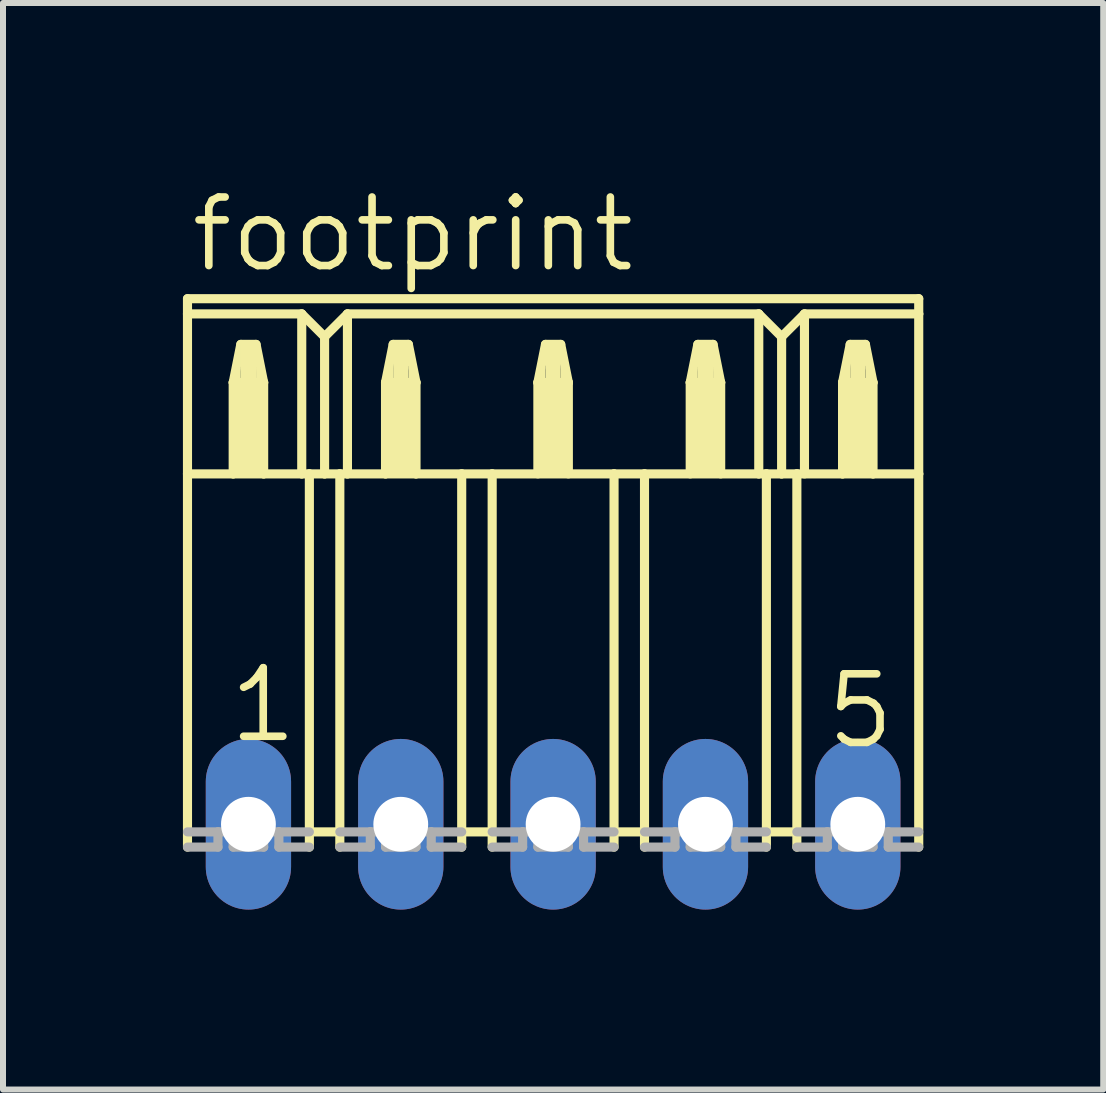
<source format=kicad_pcb>
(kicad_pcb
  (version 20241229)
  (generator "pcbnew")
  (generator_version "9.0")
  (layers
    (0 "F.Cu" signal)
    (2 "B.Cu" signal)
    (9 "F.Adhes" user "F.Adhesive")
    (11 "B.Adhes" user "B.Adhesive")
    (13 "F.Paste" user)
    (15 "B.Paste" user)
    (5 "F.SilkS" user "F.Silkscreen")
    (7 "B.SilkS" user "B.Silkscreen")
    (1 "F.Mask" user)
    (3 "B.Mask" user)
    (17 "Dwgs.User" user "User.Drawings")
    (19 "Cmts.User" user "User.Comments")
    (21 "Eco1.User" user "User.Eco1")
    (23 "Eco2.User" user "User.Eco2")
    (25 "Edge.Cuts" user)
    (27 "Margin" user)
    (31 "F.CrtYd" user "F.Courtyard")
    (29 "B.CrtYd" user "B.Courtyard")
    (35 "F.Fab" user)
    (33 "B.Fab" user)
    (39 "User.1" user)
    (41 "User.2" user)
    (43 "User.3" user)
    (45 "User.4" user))
  (footprint "footprint"
    (layer "F.Cu")
    (at 6.172 10.693)
    (property "Reference" "footprint" (at -6.096 -9.169 0) (layer "F.SilkS") (effects (font (size 1.143 1.143) (thickness 0.127)) (justify left bottom)))
    (fp_line (start -6.096 -8.763) (end -6.096 -8.509) (stroke (width 0.152) (type solid)) (layer "F.SilkS"))
    (fp_line (start -6.096 -8.763) (end 6.096 -8.763) (stroke (width 0.152) (type solid)) (layer "F.SilkS"))
    (fp_line (start -6.096 -8.509) (end -6.096 -5.842) (stroke (width 0.152) (type solid)) (layer "F.SilkS"))
    (fp_line (start -6.096 -8.509) (end -4.191 -8.509) (stroke (width 0.152) (type solid)) (layer "F.SilkS"))
    (fp_line (start -6.096 -5.842) (end -6.096 0.381) (stroke (width 0.152) (type solid)) (layer "F.SilkS"))
    (fp_line (start -6.096 -5.842) (end -5.334 -5.842) (stroke (width 0.152) (type solid)) (layer "F.SilkS"))
    (fp_line (start -5.334 -7.366) (end -5.334 -5.842) (stroke (width 0.152) (type solid)) (layer "F.SilkS"))
    (fp_line (start -5.334 -7.366) (end -5.207 -8.001) (stroke (width 0.152) (type solid)) (layer "F.SilkS"))
    (fp_line (start -5.334 -5.842) (end -4.826 -5.842) (stroke (width 0.152) (type solid)) (layer "F.SilkS"))
    (fp_line (start -5.207 -8.001) (end -4.953 -8.001) (stroke (width 0.152) (type solid)) (layer "F.SilkS"))
    (fp_line (start -4.953 -8.001) (end -4.826 -7.366) (stroke (width 0.152) (type solid)) (layer "F.SilkS"))
    (fp_line (start -4.826 -7.366) (end -5.334 -7.366) (stroke (width 0.152) (type solid)) (layer "F.SilkS"))
    (fp_line (start -4.826 -7.366) (end -4.826 -5.842) (stroke (width 0.152) (type solid)) (layer "F.SilkS"))
    (fp_line (start -4.826 -5.842) (end -4.191 -5.842) (stroke (width 0.152) (type solid)) (layer "F.SilkS"))
    (fp_line (start -4.191 -8.509) (end -4.191 -5.842) (stroke (width 0.152) (type solid)) (layer "F.SilkS"))
    (fp_line (start -4.191 -8.509) (end -3.81 -8.128) (stroke (width 0.152) (type solid)) (layer "F.SilkS"))
    (fp_line (start -4.191 -5.842) (end -4.064 -5.842) (stroke (width 0.152) (type solid)) (layer "F.SilkS"))
    (fp_line (start -4.064 -5.842) (end -4.064 0.127) (stroke (width 0.152) (type solid)) (layer "F.SilkS"))
    (fp_line (start -4.064 -5.842) (end -3.81 -5.842) (stroke (width 0.152) (type solid)) (layer "F.SilkS"))
    (fp_line (start -4.064 0.127) (end -4.064 0.381) (stroke (width 0.152) (type solid)) (layer "F.SilkS"))
    (fp_line (start -3.81 -8.128) (end -3.81 -5.842) (stroke (width 0.152) (type solid)) (layer "F.SilkS"))
    (fp_line (start -3.81 -8.128) (end -3.429 -8.509) (stroke (width 0.152) (type solid)) (layer "F.SilkS"))
    (fp_line (start -3.81 -5.842) (end -3.556 -5.842) (stroke (width 0.152) (type solid)) (layer "F.SilkS"))
    (fp_line (start -3.556 -5.842) (end -3.556 0.127) (stroke (width 0.152) (type solid)) (layer "F.SilkS"))
    (fp_line (start -3.556 -5.842) (end -3.429 -5.842) (stroke (width 0.152) (type solid)) (layer "F.SilkS"))
    (fp_line (start -3.556 0.127) (end -4.064 0.127) (stroke (width 0.152) (type solid)) (layer "F.SilkS"))
    (fp_line (start -3.556 0.127) (end -3.556 0.381) (stroke (width 0.152) (type solid)) (layer "F.SilkS"))
    (fp_line (start -3.429 -8.509) (end -3.429 -5.842) (stroke (width 0.152) (type solid)) (layer "F.SilkS"))
    (fp_line (start -3.429 -8.509) (end 3.429 -8.509) (stroke (width 0.152) (type solid)) (layer "F.SilkS"))
    (fp_line (start -3.429 -5.842) (end -2.794 -5.842) (stroke (width 0.152) (type solid)) (layer "F.SilkS"))
    (fp_line (start -2.794 -7.366) (end -2.794 -5.842) (stroke (width 0.152) (type solid)) (layer "F.SilkS"))
    (fp_line (start -2.794 -7.366) (end -2.667 -8.001) (stroke (width 0.152) (type solid)) (layer "F.SilkS"))
    (fp_line (start -2.794 -5.842) (end -2.286 -5.842) (stroke (width 0.152) (type solid)) (layer "F.SilkS"))
    (fp_line (start -2.667 -8.001) (end -2.413 -8.001) (stroke (width 0.152) (type solid)) (layer "F.SilkS"))
    (fp_line (start -2.413 -8.001) (end -2.286 -7.366) (stroke (width 0.152) (type solid)) (layer "F.SilkS"))
    (fp_line (start -2.286 -7.366) (end -2.794 -7.366) (stroke (width 0.152) (type solid)) (layer "F.SilkS"))
    (fp_line (start -2.286 -7.366) (end -2.286 -5.842) (stroke (width 0.152) (type solid)) (layer "F.SilkS"))
    (fp_line (start -2.286 -5.842) (end -1.524 -5.842) (stroke (width 0.152) (type solid)) (layer "F.SilkS"))
    (fp_line (start -1.524 -5.842) (end -1.524 0.127) (stroke (width 0.152) (type solid)) (layer "F.SilkS"))
    (fp_line (start -1.524 -5.842) (end -1.016 -5.842) (stroke (width 0.152) (type solid)) (layer "F.SilkS"))
    (fp_line (start -1.524 0.127) (end -1.524 0.381) (stroke (width 0.152) (type solid)) (layer "F.SilkS"))
    (fp_line (start -1.016 -5.842) (end -1.016 0.127) (stroke (width 0.152) (type solid)) (layer "F.SilkS"))
    (fp_line (start -1.016 -5.842) (end 1.016 -5.842) (stroke (width 0.152) (type solid)) (layer "F.SilkS"))
    (fp_line (start -1.016 0.127) (end -1.524 0.127) (stroke (width 0.152) (type solid)) (layer "F.SilkS"))
    (fp_line (start -1.016 0.127) (end -1.016 0.381) (stroke (width 0.152) (type solid)) (layer "F.SilkS"))
    (fp_line (start -0.254 -7.366) (end -0.254 -5.842) (stroke (width 0.152) (type solid)) (layer "F.SilkS"))
    (fp_line (start -0.254 -7.366) (end -0.127 -8.001) (stroke (width 0.152) (type solid)) (layer "F.SilkS"))
    (fp_line (start -0.127 -8.001) (end 0.127 -8.001) (stroke (width 0.152) (type solid)) (layer "F.SilkS"))
    (fp_line (start 0.127 -8.001) (end 0.254 -7.366) (stroke (width 0.152) (type solid)) (layer "F.SilkS"))
    (fp_line (start 0.254 -7.366) (end -0.254 -7.366) (stroke (width 0.152) (type solid)) (layer "F.SilkS"))
    (fp_line (start 0.254 -7.366) (end 0.254 -5.842) (stroke (width 0.152) (type solid)) (layer "F.SilkS"))
    (fp_line (start 1.016 -5.842) (end 1.016 0.127) (stroke (width 0.152) (type solid)) (layer "F.SilkS"))
    (fp_line (start 1.016 -5.842) (end 1.524 -5.842) (stroke (width 0.152) (type solid)) (layer "F.SilkS"))
    (fp_line (start 1.016 0.127) (end 1.016 0.381) (stroke (width 0.152) (type solid)) (layer "F.SilkS"))
    (fp_line (start 1.524 -5.842) (end 1.524 0.127) (stroke (width 0.152) (type solid)) (layer "F.SilkS"))
    (fp_line (start 1.524 -5.842) (end 3.429 -5.842) (stroke (width 0.152) (type solid)) (layer "F.SilkS"))
    (fp_line (start 1.524 0.127) (end 1.016 0.127) (stroke (width 0.152) (type solid)) (layer "F.SilkS"))
    (fp_line (start 1.524 0.127) (end 1.524 0.381) (stroke (width 0.152) (type solid)) (layer "F.SilkS"))
    (fp_line (start 2.286 -7.366) (end 2.286 -5.842) (stroke (width 0.152) (type solid)) (layer "F.SilkS"))
    (fp_line (start 2.286 -7.366) (end 2.413 -8.001) (stroke (width 0.152) (type solid)) (layer "F.SilkS"))
    (fp_line (start 2.413 -8.001) (end 2.667 -8.001) (stroke (width 0.152) (type solid)) (layer "F.SilkS"))
    (fp_line (start 2.667 -8.001) (end 2.794 -7.366) (stroke (width 0.152) (type solid)) (layer "F.SilkS"))
    (fp_line (start 2.794 -7.366) (end 2.286 -7.366) (stroke (width 0.152) (type solid)) (layer "F.SilkS"))
    (fp_line (start 2.794 -7.366) (end 2.794 -5.842) (stroke (width 0.152) (type solid)) (layer "F.SilkS"))
    (fp_line (start 3.429 -8.509) (end 3.429 -5.842) (stroke (width 0.152) (type solid)) (layer "F.SilkS"))
    (fp_line (start 3.429 -8.509) (end 3.81 -8.128) (stroke (width 0.152) (type solid)) (layer "F.SilkS"))
    (fp_line (start 3.429 -5.842) (end 3.556 -5.842) (stroke (width 0.152) (type solid)) (layer "F.SilkS"))
    (fp_line (start 3.556 -5.842) (end 3.556 0.127) (stroke (width 0.152) (type solid)) (layer "F.SilkS"))
    (fp_line (start 3.556 -5.842) (end 3.81 -5.842) (stroke (width 0.152) (type solid)) (layer "F.SilkS"))
    (fp_line (start 3.556 0.127) (end 3.556 0.381) (stroke (width 0.152) (type solid)) (layer "F.SilkS"))
    (fp_line (start 3.81 -8.128) (end 3.81 -5.842) (stroke (width 0.152) (type solid)) (layer "F.SilkS"))
    (fp_line (start 3.81 -8.128) (end 4.191 -8.509) (stroke (width 0.152) (type solid)) (layer "F.SilkS"))
    (fp_line (start 3.81 -5.842) (end 4.064 -5.842) (stroke (width 0.152) (type solid)) (layer "F.SilkS"))
    (fp_line (start 4.064 -5.842) (end 4.064 0.127) (stroke (width 0.152) (type solid)) (layer "F.SilkS"))
    (fp_line (start 4.064 -5.842) (end 4.826 -5.842) (stroke (width 0.152) (type solid)) (layer "F.SilkS"))
    (fp_line (start 4.064 0.127) (end 3.556 0.127) (stroke (width 0.152) (type solid)) (layer "F.SilkS"))
    (fp_line (start 4.064 0.127) (end 4.064 0.381) (stroke (width 0.152) (type solid)) (layer "F.SilkS"))
    (fp_line (start 4.191 -8.509) (end 4.191 -5.842) (stroke (width 0.152) (type solid)) (layer "F.SilkS"))
    (fp_line (start 4.191 -8.509) (end 6.096 -8.509) (stroke (width 0.152) (type solid)) (layer "F.SilkS"))
    (fp_line (start 4.826 -7.366) (end 4.826 -5.842) (stroke (width 0.152) (type solid)) (layer "F.SilkS"))
    (fp_line (start 4.826 -7.366) (end 4.953 -8.001) (stroke (width 0.152) (type solid)) (layer "F.SilkS"))
    (fp_line (start 4.826 -5.842) (end 5.334 -5.842) (stroke (width 0.152) (type solid)) (layer "F.SilkS"))
    (fp_line (start 4.953 -8.001) (end 5.207 -8.001) (stroke (width 0.152) (type solid)) (layer "F.SilkS"))
    (fp_line (start 5.207 -8.001) (end 5.334 -7.366) (stroke (width 0.152) (type solid)) (layer "F.SilkS"))
    (fp_line (start 5.334 -7.366) (end 4.826 -7.366) (stroke (width 0.152) (type solid)) (layer "F.SilkS"))
    (fp_line (start 5.334 -7.366) (end 5.334 -5.842) (stroke (width 0.152) (type solid)) (layer "F.SilkS"))
    (fp_line (start 5.334 -5.842) (end 6.096 -5.842) (stroke (width 0.152) (type solid)) (layer "F.SilkS"))
    (fp_line (start 6.096 -8.509) (end 6.096 -8.763) (stroke (width 0.152) (type solid)) (layer "F.SilkS"))
    (fp_line (start 6.096 -5.842) (end 6.096 -8.509) (stroke (width 0.152) (type solid)) (layer "F.SilkS"))
    (fp_line (start 6.096 -5.842) (end 6.096 0.381) (stroke (width 0.152) (type solid)) (layer "F.SilkS"))
    (fp_poly (pts (xy -5.334 -7.366) (xy -5.207 -7.366) (xy -5.207 -7.62) (xy -5.334 -7.62)) (stroke (width 0) (type solid)) (fill yes) (layer "F.SilkS"))
    (fp_poly (pts (xy -5.334 -5.842) (xy -4.826 -5.842) (xy -4.826 -7.366) (xy -5.334 -7.366)) (stroke (width 0) (type solid)) (fill yes) (layer "F.SilkS"))
    (fp_poly (pts (xy -5.207 -7.366) (xy -4.953 -7.366) (xy -4.953 -8.001) (xy -5.207 -8.001)) (stroke (width 0) (type solid)) (fill yes) (layer "F.SilkS"))
    (fp_poly (pts (xy -4.953 -7.366) (xy -4.826 -7.366) (xy -4.826 -7.62) (xy -4.953 -7.62)) (stroke (width 0) (type solid)) (fill yes) (layer "F.SilkS"))
    (fp_poly (pts (xy -2.794 -7.366) (xy -2.667 -7.366) (xy -2.667 -7.62) (xy -2.794 -7.62)) (stroke (width 0) (type solid)) (fill yes) (layer "F.SilkS"))
    (fp_poly (pts (xy -2.794 -5.842) (xy -2.286 -5.842) (xy -2.286 -7.366) (xy -2.794 -7.366)) (stroke (width 0) (type solid)) (fill yes) (layer "F.SilkS"))
    (fp_poly (pts (xy -2.667 -7.366) (xy -2.413 -7.366) (xy -2.413 -8.001) (xy -2.667 -8.001)) (stroke (width 0) (type solid)) (fill yes) (layer "F.SilkS"))
    (fp_poly (pts (xy -2.413 -7.366) (xy -2.286 -7.366) (xy -2.286 -7.62) (xy -2.413 -7.62)) (stroke (width 0) (type solid)) (fill yes) (layer "F.SilkS"))
    (fp_poly (pts (xy -0.254 -7.366) (xy -0.127 -7.366) (xy -0.127 -7.62) (xy -0.254 -7.62)) (stroke (width 0) (type solid)) (fill yes) (layer "F.SilkS"))
    (fp_poly (pts (xy -0.254 -5.842) (xy 0.254 -5.842) (xy 0.254 -7.366) (xy -0.254 -7.366)) (stroke (width 0) (type solid)) (fill yes) (layer "F.SilkS"))
    (fp_poly (pts (xy -0.127 -7.366) (xy 0.127 -7.366) (xy 0.127 -8.001) (xy -0.127 -8.001)) (stroke (width 0) (type solid)) (fill yes) (layer "F.SilkS"))
    (fp_poly (pts (xy 0.127 -7.366) (xy 0.254 -7.366) (xy 0.254 -7.62) (xy 0.127 -7.62)) (stroke (width 0) (type solid)) (fill yes) (layer "F.SilkS"))
    (fp_poly (pts (xy 2.286 -7.366) (xy 2.413 -7.366) (xy 2.413 -7.62) (xy 2.286 -7.62)) (stroke (width 0) (type solid)) (fill yes) (layer "F.SilkS"))
    (fp_poly (pts (xy 2.286 -5.842) (xy 2.794 -5.842) (xy 2.794 -7.366) (xy 2.286 -7.366)) (stroke (width 0) (type solid)) (fill yes) (layer "F.SilkS"))
    (fp_poly (pts (xy 2.413 -7.366) (xy 2.667 -7.366) (xy 2.667 -8.001) (xy 2.413 -8.001)) (stroke (width 0) (type solid)) (fill yes) (layer "F.SilkS"))
    (fp_poly (pts (xy 2.667 -7.366) (xy 2.794 -7.366) (xy 2.794 -7.62) (xy 2.667 -7.62)) (stroke (width 0) (type solid)) (fill yes) (layer "F.SilkS"))
    (fp_poly (pts (xy 4.826 -7.366) (xy 4.953 -7.366) (xy 4.953 -7.62) (xy 4.826 -7.62)) (stroke (width 0) (type solid)) (fill yes) (layer "F.SilkS"))
    (fp_poly (pts (xy 4.826 -5.842) (xy 5.334 -5.842) (xy 5.334 -7.366) (xy 4.826 -7.366)) (stroke (width 0) (type solid)) (fill yes) (layer "F.SilkS"))
    (fp_poly (pts (xy 4.953 -7.366) (xy 5.207 -7.366) (xy 5.207 -8.001) (xy 4.953 -8.001)) (stroke (width 0) (type solid)) (fill yes) (layer "F.SilkS"))
    (fp_poly (pts (xy 5.207 -7.366) (xy 5.334 -7.366) (xy 5.334 -7.62) (xy 5.207 -7.62)) (stroke (width 0) (type solid)) (fill yes) (layer "F.SilkS"))
    (fp_line (start -6.096 0.127) (end -5.588 0.127) (stroke (width 0.152) (type solid)) (layer "F.Fab"))
    (fp_line (start -5.588 0.381) (end -6.096 0.381) (stroke (width 0.152) (type solid)) (layer "F.Fab"))
    (fp_line (start -5.588 0.381) (end -5.588 0.127) (stroke (width 0.152) (type solid)) (layer "F.Fab"))
    (fp_line (start -5.334 0.127) (end -5.588 0.127) (stroke (width 0.152) (type solid)) (layer "F.Fab"))
    (fp_line (start -5.334 0.381) (end -5.334 0.127) (stroke (width 0.152) (type solid)) (layer "F.Fab"))
    (fp_line (start -4.826 0.381) (end -5.334 0.381) (stroke (width 0.152) (type solid)) (layer "F.Fab"))
    (fp_line (start -4.826 0.381) (end -4.826 0.127) (stroke (width 0.152) (type solid)) (layer "F.Fab"))
    (fp_line (start -4.572 0.127) (end -4.826 0.127) (stroke (width 0.152) (type solid)) (layer "F.Fab"))
    (fp_line (start -4.572 0.381) (end -4.572 0.127) (stroke (width 0.152) (type solid)) (layer "F.Fab"))
    (fp_line (start -4.064 0.127) (end -4.572 0.127) (stroke (width 0.152) (type solid)) (layer "F.Fab"))
    (fp_line (start -4.064 0.381) (end -4.572 0.381) (stroke (width 0.152) (type solid)) (layer "F.Fab"))
    (fp_line (start -3.556 0.127) (end -3.048 0.127) (stroke (width 0.152) (type solid)) (layer "F.Fab"))
    (fp_line (start -3.048 0.381) (end -3.556 0.381) (stroke (width 0.152) (type solid)) (layer "F.Fab"))
    (fp_line (start -3.048 0.381) (end -3.048 0.127) (stroke (width 0.152) (type solid)) (layer "F.Fab"))
    (fp_line (start -2.794 0.127) (end -3.048 0.127) (stroke (width 0.152) (type solid)) (layer "F.Fab"))
    (fp_line (start -2.794 0.381) (end -2.794 0.127) (stroke (width 0.152) (type solid)) (layer "F.Fab"))
    (fp_line (start -2.286 0.381) (end -2.794 0.381) (stroke (width 0.152) (type solid)) (layer "F.Fab"))
    (fp_line (start -2.286 0.381) (end -2.286 0.127) (stroke (width 0.152) (type solid)) (layer "F.Fab"))
    (fp_line (start -2.032 0.127) (end -2.286 0.127) (stroke (width 0.152) (type solid)) (layer "F.Fab"))
    (fp_line (start -2.032 0.381) (end -2.032 0.127) (stroke (width 0.152) (type solid)) (layer "F.Fab"))
    (fp_line (start -1.524 0.127) (end -2.032 0.127) (stroke (width 0.152) (type solid)) (layer "F.Fab"))
    (fp_line (start -1.524 0.381) (end -2.032 0.381) (stroke (width 0.152) (type solid)) (layer "F.Fab"))
    (fp_line (start -1.016 0.127) (end -0.508 0.127) (stroke (width 0.152) (type solid)) (layer "F.Fab"))
    (fp_line (start -0.508 0.381) (end -1.016 0.381) (stroke (width 0.152) (type solid)) (layer "F.Fab"))
    (fp_line (start -0.508 0.381) (end -0.508 0.127) (stroke (width 0.152) (type solid)) (layer "F.Fab"))
    (fp_line (start -0.254 0.127) (end -0.508 0.127) (stroke (width 0.152) (type solid)) (layer "F.Fab"))
    (fp_line (start -0.254 0.381) (end -0.254 0.127) (stroke (width 0.152) (type solid)) (layer "F.Fab"))
    (fp_line (start 0.254 0.381) (end -0.254 0.381) (stroke (width 0.152) (type solid)) (layer "F.Fab"))
    (fp_line (start 0.254 0.381) (end 0.254 0.127) (stroke (width 0.152) (type solid)) (layer "F.Fab"))
    (fp_line (start 0.508 0.127) (end 0.254 0.127) (stroke (width 0.152) (type solid)) (layer "F.Fab"))
    (fp_line (start 0.508 0.381) (end 0.508 0.127) (stroke (width 0.152) (type solid)) (layer "F.Fab"))
    (fp_line (start 1.016 0.127) (end 0.508 0.127) (stroke (width 0.152) (type solid)) (layer "F.Fab"))
    (fp_line (start 1.016 0.381) (end 0.508 0.381) (stroke (width 0.152) (type solid)) (layer "F.Fab"))
    (fp_line (start 1.524 0.127) (end 2.032 0.127) (stroke (width 0.152) (type solid)) (layer "F.Fab"))
    (fp_line (start 2.032 0.381) (end 1.524 0.381) (stroke (width 0.152) (type solid)) (layer "F.Fab"))
    (fp_line (start 2.032 0.381) (end 2.032 0.127) (stroke (width 0.152) (type solid)) (layer "F.Fab"))
    (fp_line (start 2.286 0.127) (end 2.032 0.127) (stroke (width 0.152) (type solid)) (layer "F.Fab"))
    (fp_line (start 2.286 0.381) (end 2.286 0.127) (stroke (width 0.152) (type solid)) (layer "F.Fab"))
    (fp_line (start 2.794 0.381) (end 2.286 0.381) (stroke (width 0.152) (type solid)) (layer "F.Fab"))
    (fp_line (start 2.794 0.381) (end 2.794 0.127) (stroke (width 0.152) (type solid)) (layer "F.Fab"))
    (fp_line (start 3.048 0.127) (end 2.794 0.127) (stroke (width 0.152) (type solid)) (layer "F.Fab"))
    (fp_line (start 3.048 0.381) (end 3.048 0.127) (stroke (width 0.152) (type solid)) (layer "F.Fab"))
    (fp_line (start 3.556 0.127) (end 3.048 0.127) (stroke (width 0.152) (type solid)) (layer "F.Fab"))
    (fp_line (start 3.556 0.381) (end 3.048 0.381) (stroke (width 0.152) (type solid)) (layer "F.Fab"))
    (fp_line (start 4.064 0.127) (end 4.572 0.127) (stroke (width 0.152) (type solid)) (layer "F.Fab"))
    (fp_line (start 4.572 0.381) (end 4.064 0.381) (stroke (width 0.152) (type solid)) (layer "F.Fab"))
    (fp_line (start 4.572 0.381) (end 4.572 0.127) (stroke (width 0.152) (type solid)) (layer "F.Fab"))
    (fp_line (start 4.826 0.127) (end 4.572 0.127) (stroke (width 0.152) (type solid)) (layer "F.Fab"))
    (fp_line (start 4.826 0.381) (end 4.826 0.127) (stroke (width 0.152) (type solid)) (layer "F.Fab"))
    (fp_line (start 5.334 0.381) (end 4.826 0.381) (stroke (width 0.152) (type solid)) (layer "F.Fab"))
    (fp_line (start 5.334 0.381) (end 5.334 0.127) (stroke (width 0.152) (type solid)) (layer "F.Fab"))
    (fp_line (start 5.588 0.127) (end 5.334 0.127) (stroke (width 0.152) (type solid)) (layer "F.Fab"))
    (fp_line (start 5.588 0.381) (end 5.588 0.127) (stroke (width 0.152) (type solid)) (layer "F.Fab"))
    (fp_line (start 6.096 0.127) (end 5.588 0.127) (stroke (width 0.152) (type solid)) (layer "F.Fab"))
    (fp_line (start 6.096 0.381) (end 5.588 0.381) (stroke (width 0.152) (type solid)) (layer "F.Fab"))
    (fp_text user "1" (at -5.461 -1.321 0) (layer "F.SilkS") (effects (font (size 1.143 1.143) (thickness 0.127)) (justify left bottom)))
    (fp_text user "5" (at 4.496 -1.219 0) (layer "F.SilkS") (effects (font (size 1.143 1.143) (thickness 0.127)) (justify left bottom)))
    (pad "1" thru_hole oval (at -5.08 0 90) (size 2.845 1.422) (drill 0.914) (layers "*.Cu" "*.Mask"))
    (pad "2" thru_hole oval (at -2.54 0 90) (size 2.845 1.422) (drill 0.914) (layers "*.Cu" "*.Mask"))
    (pad "3" thru_hole oval (at 0 0 90) (size 2.845 1.422) (drill 0.914) (layers "*.Cu" "*.Mask"))
    (pad "4" thru_hole oval (at 2.54 0 90) (size 2.845 1.422) (drill 0.914) (layers "*.Cu" "*.Mask"))
    (pad "5" thru_hole oval (at 5.08 0 90) (size 2.845 1.422) (drill 0.914) (layers "*.Cu" "*.Mask")))
  (gr_rect
    (start -3 -3)
    (end 15.344 15.116)
    (stroke (width 0.1) (type default))
    (fill no)
    (layer "Edge.Cuts")))
</source>
